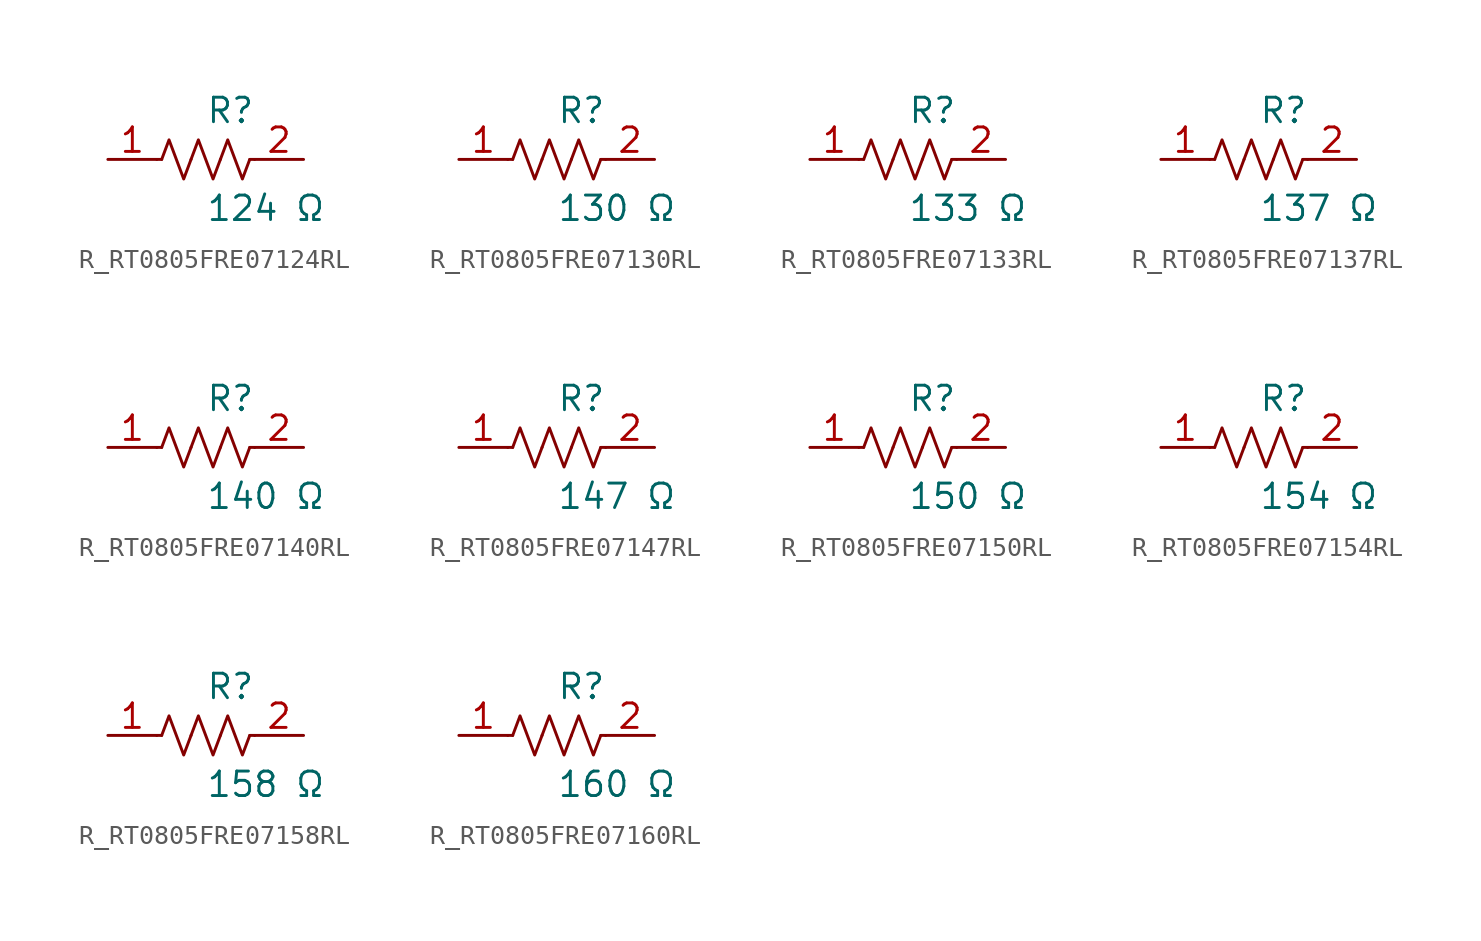
<source format=kicad_sym>
(kicad_symbol_lib
  (version 20231120)
  (generator kicad_symbol_editor)
  (generator_version 8.0)
  (symbol "R_RT0805FRE07124RL"
    (pin_names
      (offset 0.254))
    (property "Reference" "R"
      (at 0.0 2.54 0)
      (effects (font (size 1.27 1.27)) (justify left)))
    (property "Value" "124 Ω"
      (at 0.0 -2.54 0)
      (effects (font (size 1.27 1.27)) (justify left)))
    (symbol "R_RT0805FRE07124RL_0_1"
      (polyline (pts (xy 2.286 0) (xy 2.54 0)) (stroke (width 0) (type default)) (fill (type none)))
      (polyline (pts (xy -2.286 0) (xy -2.54 0)) (stroke (width 0) (type default)) (fill (type none)))
      (polyline (pts (xy 0.762 0) (xy 1.143 1.016) (xy 1.524 0) (xy 1.905 -1.016) (xy 2.286 0)) (stroke (width 0) (type default)) (fill (type none)))
      (polyline (pts (xy -0.762 0) (xy -0.381 1.016) (xy 0 0) (xy 0.381 -1.016) (xy 0.762 0)) (stroke (width 0) (type default)) (fill (type none)))
      (polyline (pts (xy -2.286 0) (xy -1.905 1.016) (xy -1.524 0) (xy -1.143 -1.016) (xy -0.762 0)) (stroke (width 0) (type default)) (fill (type none))))
    (pin unspecified line
      (at -5.08 0 0)
      (length 2.54)
      (name "" (effects (font (size 1.27 1.27))))
      (number "1" (effects (font (size 1.27 1.27)))))
    (pin unspecified line
      (at 5.08 0 180)
      (length 2.54)
      (name "" (effects (font (size 1.27 1.27))))
      (number "2" (effects (font (size 1.27 1.27))))))
  (symbol "R_RT0805FRE07130RL"
    (pin_names
      (offset 0.254))
    (property "Reference" "R"
      (at 0.0 2.54 0)
      (effects (font (size 1.27 1.27)) (justify left)))
    (property "Value" "130 Ω"
      (at 0.0 -2.54 0)
      (effects (font (size 1.27 1.27)) (justify left)))
    (symbol "R_RT0805FRE07130RL_0_1"
      (polyline (pts (xy 2.286 0) (xy 2.54 0)) (stroke (width 0) (type default)) (fill (type none)))
      (polyline (pts (xy -2.286 0) (xy -2.54 0)) (stroke (width 0) (type default)) (fill (type none)))
      (polyline (pts (xy 0.762 0) (xy 1.143 1.016) (xy 1.524 0) (xy 1.905 -1.016) (xy 2.286 0)) (stroke (width 0) (type default)) (fill (type none)))
      (polyline (pts (xy -0.762 0) (xy -0.381 1.016) (xy 0 0) (xy 0.381 -1.016) (xy 0.762 0)) (stroke (width 0) (type default)) (fill (type none)))
      (polyline (pts (xy -2.286 0) (xy -1.905 1.016) (xy -1.524 0) (xy -1.143 -1.016) (xy -0.762 0)) (stroke (width 0) (type default)) (fill (type none))))
    (pin unspecified line
      (at -5.08 0 0)
      (length 2.54)
      (name "" (effects (font (size 1.27 1.27))))
      (number "1" (effects (font (size 1.27 1.27)))))
    (pin unspecified line
      (at 5.08 0 180)
      (length 2.54)
      (name "" (effects (font (size 1.27 1.27))))
      (number "2" (effects (font (size 1.27 1.27))))))
  (symbol "R_RT0805FRE07133RL"
    (pin_names
      (offset 0.254))
    (property "Reference" "R"
      (at 0.0 2.54 0)
      (effects (font (size 1.27 1.27)) (justify left)))
    (property "Value" "133 Ω"
      (at 0.0 -2.54 0)
      (effects (font (size 1.27 1.27)) (justify left)))
    (symbol "R_RT0805FRE07133RL_0_1"
      (polyline (pts (xy 2.286 0) (xy 2.54 0)) (stroke (width 0) (type default)) (fill (type none)))
      (polyline (pts (xy -2.286 0) (xy -2.54 0)) (stroke (width 0) (type default)) (fill (type none)))
      (polyline (pts (xy 0.762 0) (xy 1.143 1.016) (xy 1.524 0) (xy 1.905 -1.016) (xy 2.286 0)) (stroke (width 0) (type default)) (fill (type none)))
      (polyline (pts (xy -0.762 0) (xy -0.381 1.016) (xy 0 0) (xy 0.381 -1.016) (xy 0.762 0)) (stroke (width 0) (type default)) (fill (type none)))
      (polyline (pts (xy -2.286 0) (xy -1.905 1.016) (xy -1.524 0) (xy -1.143 -1.016) (xy -0.762 0)) (stroke (width 0) (type default)) (fill (type none))))
    (pin unspecified line
      (at -5.08 0 0)
      (length 2.54)
      (name "" (effects (font (size 1.27 1.27))))
      (number "1" (effects (font (size 1.27 1.27)))))
    (pin unspecified line
      (at 5.08 0 180)
      (length 2.54)
      (name "" (effects (font (size 1.27 1.27))))
      (number "2" (effects (font (size 1.27 1.27))))))
  (symbol "R_RT0805FRE07137RL"
    (pin_names
      (offset 0.254))
    (property "Reference" "R"
      (at 0.0 2.54 0)
      (effects (font (size 1.27 1.27)) (justify left)))
    (property "Value" "137 Ω"
      (at 0.0 -2.54 0)
      (effects (font (size 1.27 1.27)) (justify left)))
    (symbol "R_RT0805FRE07137RL_0_1"
      (polyline (pts (xy 2.286 0) (xy 2.54 0)) (stroke (width 0) (type default)) (fill (type none)))
      (polyline (pts (xy -2.286 0) (xy -2.54 0)) (stroke (width 0) (type default)) (fill (type none)))
      (polyline (pts (xy 0.762 0) (xy 1.143 1.016) (xy 1.524 0) (xy 1.905 -1.016) (xy 2.286 0)) (stroke (width 0) (type default)) (fill (type none)))
      (polyline (pts (xy -0.762 0) (xy -0.381 1.016) (xy 0 0) (xy 0.381 -1.016) (xy 0.762 0)) (stroke (width 0) (type default)) (fill (type none)))
      (polyline (pts (xy -2.286 0) (xy -1.905 1.016) (xy -1.524 0) (xy -1.143 -1.016) (xy -0.762 0)) (stroke (width 0) (type default)) (fill (type none))))
    (pin unspecified line
      (at -5.08 0 0)
      (length 2.54)
      (name "" (effects (font (size 1.27 1.27))))
      (number "1" (effects (font (size 1.27 1.27)))))
    (pin unspecified line
      (at 5.08 0 180)
      (length 2.54)
      (name "" (effects (font (size 1.27 1.27))))
      (number "2" (effects (font (size 1.27 1.27))))))
  (symbol "R_RT0805FRE07140RL"
    (pin_names
      (offset 0.254))
    (property "Reference" "R"
      (at 0.0 2.54 0)
      (effects (font (size 1.27 1.27)) (justify left)))
    (property "Value" "140 Ω"
      (at 0.0 -2.54 0)
      (effects (font (size 1.27 1.27)) (justify left)))
    (symbol "R_RT0805FRE07140RL_0_1"
      (polyline (pts (xy 2.286 0) (xy 2.54 0)) (stroke (width 0) (type default)) (fill (type none)))
      (polyline (pts (xy -2.286 0) (xy -2.54 0)) (stroke (width 0) (type default)) (fill (type none)))
      (polyline (pts (xy 0.762 0) (xy 1.143 1.016) (xy 1.524 0) (xy 1.905 -1.016) (xy 2.286 0)) (stroke (width 0) (type default)) (fill (type none)))
      (polyline (pts (xy -0.762 0) (xy -0.381 1.016) (xy 0 0) (xy 0.381 -1.016) (xy 0.762 0)) (stroke (width 0) (type default)) (fill (type none)))
      (polyline (pts (xy -2.286 0) (xy -1.905 1.016) (xy -1.524 0) (xy -1.143 -1.016) (xy -0.762 0)) (stroke (width 0) (type default)) (fill (type none))))
    (pin unspecified line
      (at -5.08 0 0)
      (length 2.54)
      (name "" (effects (font (size 1.27 1.27))))
      (number "1" (effects (font (size 1.27 1.27)))))
    (pin unspecified line
      (at 5.08 0 180)
      (length 2.54)
      (name "" (effects (font (size 1.27 1.27))))
      (number "2" (effects (font (size 1.27 1.27))))))
  (symbol "R_RT0805FRE07147RL"
    (pin_names
      (offset 0.254))
    (property "Reference" "R"
      (at 0.0 2.54 0)
      (effects (font (size 1.27 1.27)) (justify left)))
    (property "Value" "147 Ω"
      (at 0.0 -2.54 0)
      (effects (font (size 1.27 1.27)) (justify left)))
    (symbol "R_RT0805FRE07147RL_0_1"
      (polyline (pts (xy 2.286 0) (xy 2.54 0)) (stroke (width 0) (type default)) (fill (type none)))
      (polyline (pts (xy -2.286 0) (xy -2.54 0)) (stroke (width 0) (type default)) (fill (type none)))
      (polyline (pts (xy 0.762 0) (xy 1.143 1.016) (xy 1.524 0) (xy 1.905 -1.016) (xy 2.286 0)) (stroke (width 0) (type default)) (fill (type none)))
      (polyline (pts (xy -0.762 0) (xy -0.381 1.016) (xy 0 0) (xy 0.381 -1.016) (xy 0.762 0)) (stroke (width 0) (type default)) (fill (type none)))
      (polyline (pts (xy -2.286 0) (xy -1.905 1.016) (xy -1.524 0) (xy -1.143 -1.016) (xy -0.762 0)) (stroke (width 0) (type default)) (fill (type none))))
    (pin unspecified line
      (at -5.08 0 0)
      (length 2.54)
      (name "" (effects (font (size 1.27 1.27))))
      (number "1" (effects (font (size 1.27 1.27)))))
    (pin unspecified line
      (at 5.08 0 180)
      (length 2.54)
      (name "" (effects (font (size 1.27 1.27))))
      (number "2" (effects (font (size 1.27 1.27))))))
  (symbol "R_RT0805FRE07150RL"
    (pin_names
      (offset 0.254))
    (property "Reference" "R"
      (at 0.0 2.54 0)
      (effects (font (size 1.27 1.27)) (justify left)))
    (property "Value" "150 Ω"
      (at 0.0 -2.54 0)
      (effects (font (size 1.27 1.27)) (justify left)))
    (symbol "R_RT0805FRE07150RL_0_1"
      (polyline (pts (xy 2.286 0) (xy 2.54 0)) (stroke (width 0) (type default)) (fill (type none)))
      (polyline (pts (xy -2.286 0) (xy -2.54 0)) (stroke (width 0) (type default)) (fill (type none)))
      (polyline (pts (xy 0.762 0) (xy 1.143 1.016) (xy 1.524 0) (xy 1.905 -1.016) (xy 2.286 0)) (stroke (width 0) (type default)) (fill (type none)))
      (polyline (pts (xy -0.762 0) (xy -0.381 1.016) (xy 0 0) (xy 0.381 -1.016) (xy 0.762 0)) (stroke (width 0) (type default)) (fill (type none)))
      (polyline (pts (xy -2.286 0) (xy -1.905 1.016) (xy -1.524 0) (xy -1.143 -1.016) (xy -0.762 0)) (stroke (width 0) (type default)) (fill (type none))))
    (pin unspecified line
      (at -5.08 0 0)
      (length 2.54)
      (name "" (effects (font (size 1.27 1.27))))
      (number "1" (effects (font (size 1.27 1.27)))))
    (pin unspecified line
      (at 5.08 0 180)
      (length 2.54)
      (name "" (effects (font (size 1.27 1.27))))
      (number "2" (effects (font (size 1.27 1.27))))))
  (symbol "R_RT0805FRE07154RL"
    (pin_names
      (offset 0.254))
    (property "Reference" "R"
      (at 0.0 2.54 0)
      (effects (font (size 1.27 1.27)) (justify left)))
    (property "Value" "154 Ω"
      (at 0.0 -2.54 0)
      (effects (font (size 1.27 1.27)) (justify left)))
    (symbol "R_RT0805FRE07154RL_0_1"
      (polyline (pts (xy 2.286 0) (xy 2.54 0)) (stroke (width 0) (type default)) (fill (type none)))
      (polyline (pts (xy -2.286 0) (xy -2.54 0)) (stroke (width 0) (type default)) (fill (type none)))
      (polyline (pts (xy 0.762 0) (xy 1.143 1.016) (xy 1.524 0) (xy 1.905 -1.016) (xy 2.286 0)) (stroke (width 0) (type default)) (fill (type none)))
      (polyline (pts (xy -0.762 0) (xy -0.381 1.016) (xy 0 0) (xy 0.381 -1.016) (xy 0.762 0)) (stroke (width 0) (type default)) (fill (type none)))
      (polyline (pts (xy -2.286 0) (xy -1.905 1.016) (xy -1.524 0) (xy -1.143 -1.016) (xy -0.762 0)) (stroke (width 0) (type default)) (fill (type none))))
    (pin unspecified line
      (at -5.08 0 0)
      (length 2.54)
      (name "" (effects (font (size 1.27 1.27))))
      (number "1" (effects (font (size 1.27 1.27)))))
    (pin unspecified line
      (at 5.08 0 180)
      (length 2.54)
      (name "" (effects (font (size 1.27 1.27))))
      (number "2" (effects (font (size 1.27 1.27))))))
  (symbol "R_RT0805FRE07158RL"
    (pin_names
      (offset 0.254))
    (property "Reference" "R"
      (at 0.0 2.54 0)
      (effects (font (size 1.27 1.27)) (justify left)))
    (property "Value" "158 Ω"
      (at 0.0 -2.54 0)
      (effects (font (size 1.27 1.27)) (justify left)))
    (symbol "R_RT0805FRE07158RL_0_1"
      (polyline (pts (xy 2.286 0) (xy 2.54 0)) (stroke (width 0) (type default)) (fill (type none)))
      (polyline (pts (xy -2.286 0) (xy -2.54 0)) (stroke (width 0) (type default)) (fill (type none)))
      (polyline (pts (xy 0.762 0) (xy 1.143 1.016) (xy 1.524 0) (xy 1.905 -1.016) (xy 2.286 0)) (stroke (width 0) (type default)) (fill (type none)))
      (polyline (pts (xy -0.762 0) (xy -0.381 1.016) (xy 0 0) (xy 0.381 -1.016) (xy 0.762 0)) (stroke (width 0) (type default)) (fill (type none)))
      (polyline (pts (xy -2.286 0) (xy -1.905 1.016) (xy -1.524 0) (xy -1.143 -1.016) (xy -0.762 0)) (stroke (width 0) (type default)) (fill (type none))))
    (pin unspecified line
      (at -5.08 0 0)
      (length 2.54)
      (name "" (effects (font (size 1.27 1.27))))
      (number "1" (effects (font (size 1.27 1.27)))))
    (pin unspecified line
      (at 5.08 0 180)
      (length 2.54)
      (name "" (effects (font (size 1.27 1.27))))
      (number "2" (effects (font (size 1.27 1.27))))))
  (symbol "R_RT0805FRE07160RL"
    (pin_names
      (offset 0.254))
    (property "Reference" "R"
      (at 0.0 2.54 0)
      (effects (font (size 1.27 1.27)) (justify left)))
    (property "Value" "160 Ω"
      (at 0.0 -2.54 0)
      (effects (font (size 1.27 1.27)) (justify left)))
    (symbol "R_RT0805FRE07160RL_0_1"
      (polyline (pts (xy 2.286 0) (xy 2.54 0)) (stroke (width 0) (type default)) (fill (type none)))
      (polyline (pts (xy -2.286 0) (xy -2.54 0)) (stroke (width 0) (type default)) (fill (type none)))
      (polyline (pts (xy 0.762 0) (xy 1.143 1.016) (xy 1.524 0) (xy 1.905 -1.016) (xy 2.286 0)) (stroke (width 0) (type default)) (fill (type none)))
      (polyline (pts (xy -0.762 0) (xy -0.381 1.016) (xy 0 0) (xy 0.381 -1.016) (xy 0.762 0)) (stroke (width 0) (type default)) (fill (type none)))
      (polyline (pts (xy -2.286 0) (xy -1.905 1.016) (xy -1.524 0) (xy -1.143 -1.016) (xy -0.762 0)) (stroke (width 0) (type default)) (fill (type none))))
    (pin unspecified line
      (at -5.08 0 0)
      (length 2.54)
      (name "" (effects (font (size 1.27 1.27))))
      (number "1" (effects (font (size 1.27 1.27)))))
    (pin unspecified line
      (at 5.08 0 180)
      (length 2.54)
      (name "" (effects (font (size 1.27 1.27))))
      (number "2" (effects (font (size 1.27 1.27)))))))
</source>
